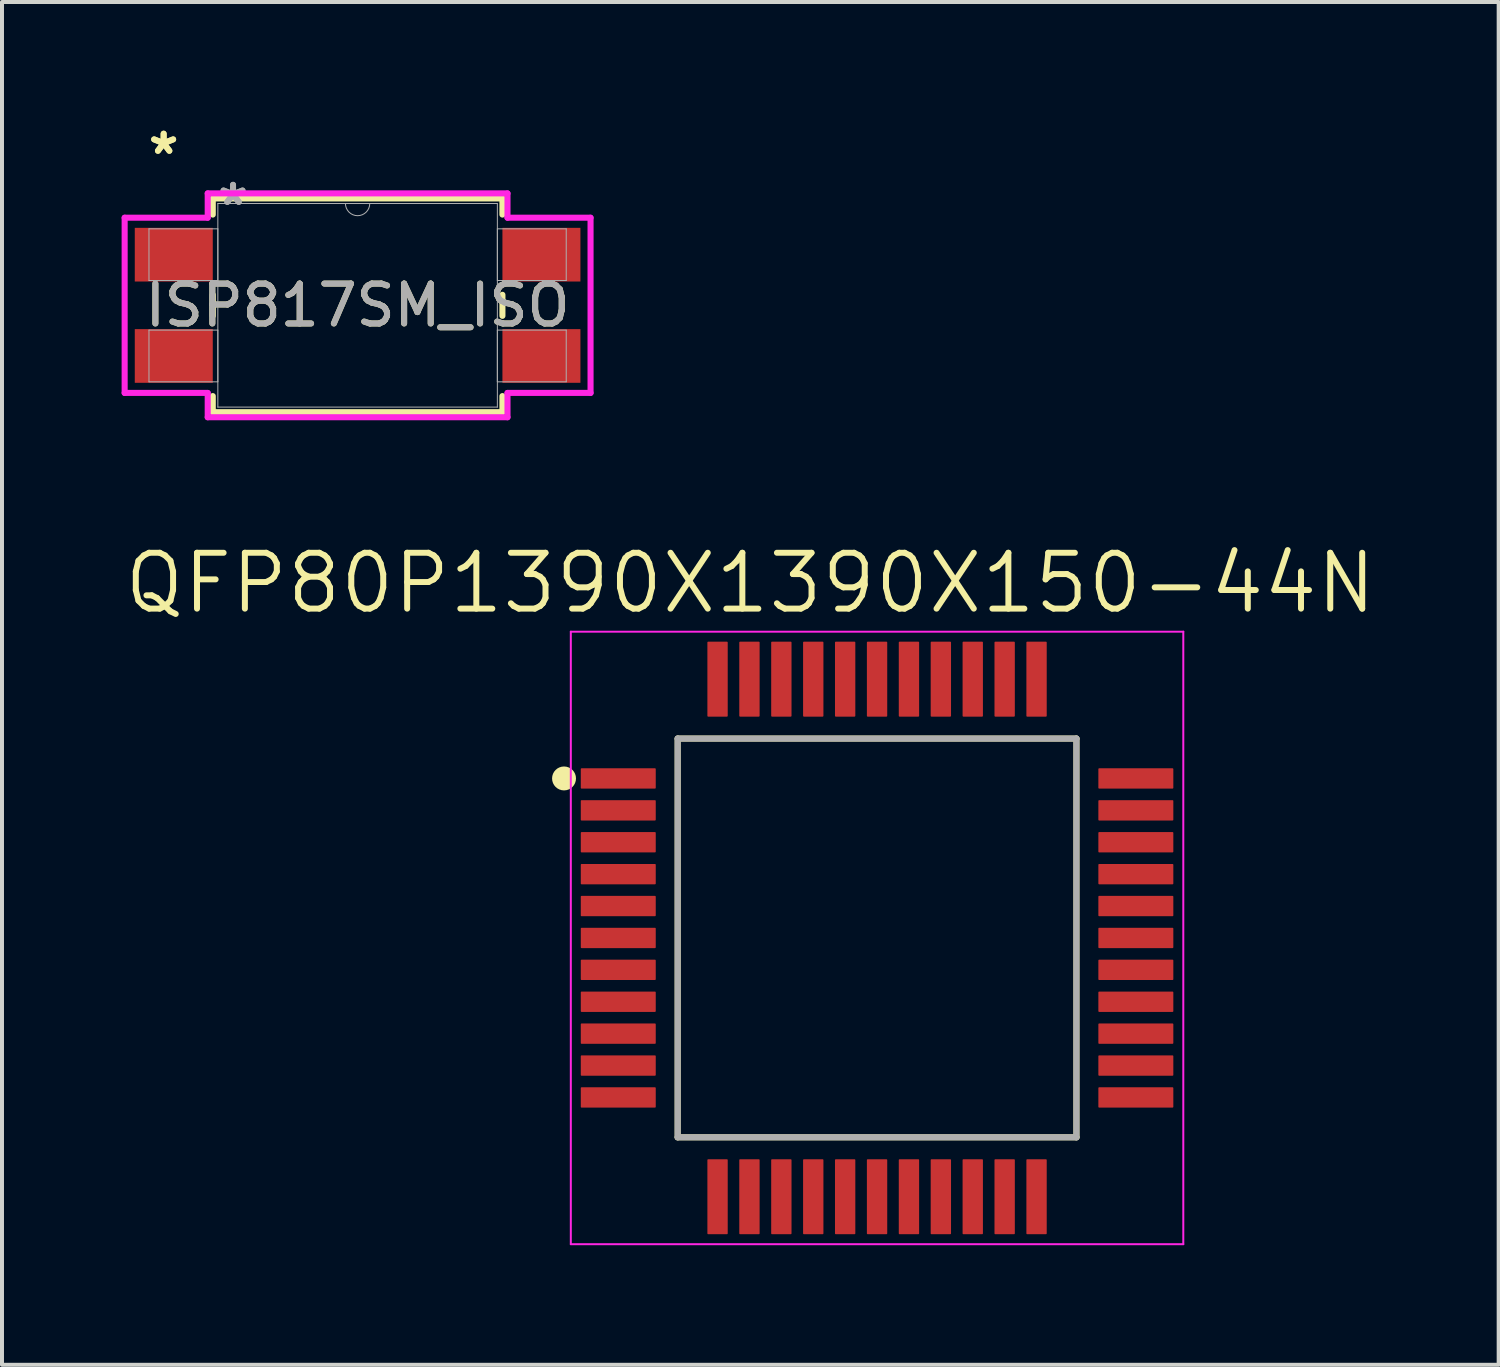
<source format=kicad_pcb>
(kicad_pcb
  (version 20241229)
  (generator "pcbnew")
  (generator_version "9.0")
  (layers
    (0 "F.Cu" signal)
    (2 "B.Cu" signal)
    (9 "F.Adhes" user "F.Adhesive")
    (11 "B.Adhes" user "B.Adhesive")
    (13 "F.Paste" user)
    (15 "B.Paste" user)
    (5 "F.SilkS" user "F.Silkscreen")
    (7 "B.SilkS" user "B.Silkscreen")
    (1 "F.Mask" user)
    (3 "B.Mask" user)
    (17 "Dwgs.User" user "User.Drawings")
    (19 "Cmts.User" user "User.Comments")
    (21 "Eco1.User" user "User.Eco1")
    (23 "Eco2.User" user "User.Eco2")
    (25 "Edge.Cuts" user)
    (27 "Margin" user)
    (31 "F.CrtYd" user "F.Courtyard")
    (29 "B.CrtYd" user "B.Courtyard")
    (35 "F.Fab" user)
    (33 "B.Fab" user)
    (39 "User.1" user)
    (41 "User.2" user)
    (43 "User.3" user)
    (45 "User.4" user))
  (footprint "QFP80P1390X1390X150-44N"
    (layer "F.Cu")
    (at 18.945 20.472)
    (property "Reference" "QFP80P1390X1390X150-44N" (at -3.178 -8.899 0) (layer "F.SilkS") (effects (font (size 1.401 1.401) (thickness 0.15))))
    (attr smd)
    (fp_line (start -5 -5) (end 5 -5) (stroke (width 0.152) (type solid)) (layer "F.SilkS"))
    (fp_line (start -5 5) (end -5 -5) (stroke (width 0.152) (type solid)) (layer "F.SilkS"))
    (fp_line (start 5 -5) (end 5 5) (stroke (width 0.152) (type solid)) (layer "F.SilkS"))
    (fp_line (start 5 5) (end -5 5) (stroke (width 0.152) (type solid)) (layer "F.SilkS"))
    (fp_circle (center -7.85 -4) (end -7.7 -4) (stroke (width 0.3) (type solid)) (fill no) (layer "F.SilkS"))
    (fp_line (start -7.68 -7.68) (end 7.68 -7.68) (stroke (width 0.05) (type solid)) (layer "F.CrtYd"))
    (fp_line (start -7.68 7.68) (end -7.68 -7.68) (stroke (width 0.05) (type solid)) (layer "F.CrtYd"))
    (fp_line (start 7.68 -7.68) (end 7.68 7.68) (stroke (width 0.05) (type solid)) (layer "F.CrtYd"))
    (fp_line (start 7.68 7.68) (end -7.68 7.68) (stroke (width 0.05) (type solid)) (layer "F.CrtYd"))
    (fp_line (start -5 -5) (end 5 -5) (stroke (width 0.152) (type solid)) (layer "F.Fab"))
    (fp_line (start -5 5) (end -5 -5) (stroke (width 0.152) (type solid)) (layer "F.Fab"))
    (fp_line (start 5 -5) (end 5 5) (stroke (width 0.152) (type solid)) (layer "F.Fab"))
    (fp_line (start 5 5) (end -5 5) (stroke (width 0.152) (type solid)) (layer "F.Fab"))
    (pad "1" smd roundrect (at -6.49 -4) (size 1.88 0.51) (layers "F.Cu" "F.Mask" "F.Paste") (roundrect_rratio 0.04))
    (pad "2" smd roundrect (at -6.49 -3.2) (size 1.88 0.51) (layers "F.Cu" "F.Mask" "F.Paste") (roundrect_rratio 0.04))
    (pad "3" smd roundrect (at -6.49 -2.4) (size 1.88 0.51) (layers "F.Cu" "F.Mask" "F.Paste") (roundrect_rratio 0.04))
    (pad "4" smd roundrect (at -6.49 -1.6) (size 1.88 0.51) (layers "F.Cu" "F.Mask" "F.Paste") (roundrect_rratio 0.04))
    (pad "5" smd roundrect (at -6.49 -0.8) (size 1.88 0.51) (layers "F.Cu" "F.Mask" "F.Paste") (roundrect_rratio 0.04))
    (pad "6" smd roundrect (at -6.49 0) (size 1.88 0.51) (layers "F.Cu" "F.Mask" "F.Paste") (roundrect_rratio 0.04))
    (pad "7" smd roundrect (at -6.49 0.8) (size 1.88 0.51) (layers "F.Cu" "F.Mask" "F.Paste") (roundrect_rratio 0.04))
    (pad "8" smd roundrect (at -6.49 1.6) (size 1.88 0.51) (layers "F.Cu" "F.Mask" "F.Paste") (roundrect_rratio 0.04))
    (pad "9" smd roundrect (at -6.49 2.4) (size 1.88 0.51) (layers "F.Cu" "F.Mask" "F.Paste") (roundrect_rratio 0.04))
    (pad "10" smd roundrect (at -6.49 3.2) (size 1.88 0.51) (layers "F.Cu" "F.Mask" "F.Paste") (roundrect_rratio 0.04))
    (pad "11" smd roundrect (at -6.49 4) (size 1.88 0.51) (layers "F.Cu" "F.Mask" "F.Paste") (roundrect_rratio 0.04))
    (pad "12" smd roundrect (at -4 6.49 90) (size 1.88 0.51) (layers "F.Cu" "F.Mask" "F.Paste") (roundrect_rratio 0.04))
    (pad "13" smd roundrect (at -3.2 6.49 90) (size 1.88 0.51) (layers "F.Cu" "F.Mask" "F.Paste") (roundrect_rratio 0.04))
    (pad "14" smd roundrect (at -2.4 6.49 90) (size 1.88 0.51) (layers "F.Cu" "F.Mask" "F.Paste") (roundrect_rratio 0.04))
    (pad "15" smd roundrect (at -1.6 6.49 90) (size 1.88 0.51) (layers "F.Cu" "F.Mask" "F.Paste") (roundrect_rratio 0.04))
    (pad "16" smd roundrect (at -0.8 6.49 90) (size 1.88 0.51) (layers "F.Cu" "F.Mask" "F.Paste") (roundrect_rratio 0.04))
    (pad "17" smd roundrect (at 0 6.49 90) (size 1.88 0.51) (layers "F.Cu" "F.Mask" "F.Paste") (roundrect_rratio 0.04))
    (pad "18" smd roundrect (at 0.8 6.49 90) (size 1.88 0.51) (layers "F.Cu" "F.Mask" "F.Paste") (roundrect_rratio 0.04))
    (pad "19" smd roundrect (at 1.6 6.49 90) (size 1.88 0.51) (layers "F.Cu" "F.Mask" "F.Paste") (roundrect_rratio 0.04))
    (pad "20" smd roundrect (at 2.4 6.49 90) (size 1.88 0.51) (layers "F.Cu" "F.Mask" "F.Paste") (roundrect_rratio 0.04))
    (pad "21" smd roundrect (at 3.2 6.49 90) (size 1.88 0.51) (layers "F.Cu" "F.Mask" "F.Paste") (roundrect_rratio 0.04))
    (pad "22" smd roundrect (at 4 6.49 90) (size 1.88 0.51) (layers "F.Cu" "F.Mask" "F.Paste") (roundrect_rratio 0.04))
    (pad "23" smd roundrect (at 6.49 4) (size 1.88 0.51) (layers "F.Cu" "F.Mask" "F.Paste") (roundrect_rratio 0.04))
    (pad "24" smd roundrect (at 6.49 3.2) (size 1.88 0.51) (layers "F.Cu" "F.Mask" "F.Paste") (roundrect_rratio 0.04))
    (pad "25" smd roundrect (at 6.49 2.4) (size 1.88 0.51) (layers "F.Cu" "F.Mask" "F.Paste") (roundrect_rratio 0.04))
    (pad "26" smd roundrect (at 6.49 1.6) (size 1.88 0.51) (layers "F.Cu" "F.Mask" "F.Paste") (roundrect_rratio 0.04))
    (pad "27" smd roundrect (at 6.49 0.8) (size 1.88 0.51) (layers "F.Cu" "F.Mask" "F.Paste") (roundrect_rratio 0.04))
    (pad "28" smd roundrect (at 6.49 0) (size 1.88 0.51) (layers "F.Cu" "F.Mask" "F.Paste") (roundrect_rratio 0.04))
    (pad "29" smd roundrect (at 6.49 -0.8) (size 1.88 0.51) (layers "F.Cu" "F.Mask" "F.Paste") (roundrect_rratio 0.04))
    (pad "30" smd roundrect (at 6.49 -1.6) (size 1.88 0.51) (layers "F.Cu" "F.Mask" "F.Paste") (roundrect_rratio 0.04))
    (pad "31" smd roundrect (at 6.49 -2.4) (size 1.88 0.51) (layers "F.Cu" "F.Mask" "F.Paste") (roundrect_rratio 0.04))
    (pad "32" smd roundrect (at 6.49 -3.2) (size 1.88 0.51) (layers "F.Cu" "F.Mask" "F.Paste") (roundrect_rratio 0.04))
    (pad "33" smd roundrect (at 6.49 -4) (size 1.88 0.51) (layers "F.Cu" "F.Mask" "F.Paste") (roundrect_rratio 0.04))
    (pad "34" smd roundrect (at 4 -6.49 90) (size 1.88 0.51) (layers "F.Cu" "F.Mask" "F.Paste") (roundrect_rratio 0.04))
    (pad "35" smd roundrect (at 3.2 -6.49 90) (size 1.88 0.51) (layers "F.Cu" "F.Mask" "F.Paste") (roundrect_rratio 0.04))
    (pad "36" smd roundrect (at 2.4 -6.49 90) (size 1.88 0.51) (layers "F.Cu" "F.Mask" "F.Paste") (roundrect_rratio 0.04))
    (pad "37" smd roundrect (at 1.6 -6.49 90) (size 1.88 0.51) (layers "F.Cu" "F.Mask" "F.Paste") (roundrect_rratio 0.04))
    (pad "38" smd roundrect (at 0.8 -6.49 90) (size 1.88 0.51) (layers "F.Cu" "F.Mask" "F.Paste") (roundrect_rratio 0.04))
    (pad "39" smd roundrect (at 0 -6.49 90) (size 1.88 0.51) (layers "F.Cu" "F.Mask" "F.Paste") (roundrect_rratio 0.04))
    (pad "40" smd roundrect (at -0.8 -6.49 90) (size 1.88 0.51) (layers "F.Cu" "F.Mask" "F.Paste") (roundrect_rratio 0.04))
    (pad "41" smd roundrect (at -1.6 -6.49 90) (size 1.88 0.51) (layers "F.Cu" "F.Mask" "F.Paste") (roundrect_rratio 0.04))
    (pad "42" smd roundrect (at -2.4 -6.49 90) (size 1.88 0.51) (layers "F.Cu" "F.Mask" "F.Paste") (roundrect_rratio 0.04))
    (pad "43" smd roundrect (at -3.2 -6.49 90) (size 1.88 0.51) (layers "F.Cu" "F.Mask" "F.Paste") (roundrect_rratio 0.04))
    (pad "44" smd roundrect (at -4 -6.49 90) (size 1.88 0.51) (layers "F.Cu" "F.Mask" "F.Paste") (roundrect_rratio 0.04)))
  (footprint "ISP817SM_ISO"
    (layer "F.Cu")
    (at 5.918 4.607)
    (property "Reference" "ISP817SM_ISO" (at 0 0 0) (unlocked yes) (layer "F.SilkS") (effects (font (size 1 1) (thickness 0.15))))
    (attr smd)
    (fp_line (start -3.632 -2.68) (end -3.632 -2.276) (stroke (width 0.152) (type solid)) (layer "F.SilkS"))
    (fp_line (start -3.632 -0.264) (end -3.632 0.264) (stroke (width 0.152) (type solid)) (layer "F.SilkS"))
    (fp_line (start -3.632 2.276) (end -3.632 2.68) (stroke (width 0.152) (type solid)) (layer "F.SilkS"))
    (fp_line (start -3.632 2.68) (end 3.632 2.68) (stroke (width 0.152) (type solid)) (layer "F.SilkS"))
    (fp_line (start 3.632 -2.68) (end -3.632 -2.68) (stroke (width 0.152) (type solid)) (layer "F.SilkS"))
    (fp_line (start 3.632 -2.276) (end 3.632 -2.68) (stroke (width 0.152) (type solid)) (layer "F.SilkS"))
    (fp_line (start 3.632 0.264) (end 3.632 -0.264) (stroke (width 0.152) (type solid)) (layer "F.SilkS"))
    (fp_line (start 3.632 2.68) (end 3.632 2.276) (stroke (width 0.152) (type solid)) (layer "F.SilkS"))
    (fp_line (start -5.842 -2.197) (end -3.759 -2.197) (stroke (width 0.152) (type solid)) (layer "F.CrtYd"))
    (fp_line (start -5.842 2.197) (end -5.842 -2.197) (stroke (width 0.152) (type solid)) (layer "F.CrtYd"))
    (fp_line (start -5.842 2.197) (end -3.759 2.197) (stroke (width 0.152) (type solid)) (layer "F.CrtYd"))
    (fp_line (start -3.759 -2.807) (end 3.759 -2.807) (stroke (width 0.152) (type solid)) (layer "F.CrtYd"))
    (fp_line (start -3.759 -2.197) (end -3.759 -2.807) (stroke (width 0.152) (type solid)) (layer "F.CrtYd"))
    (fp_line (start -3.759 2.807) (end -3.759 2.197) (stroke (width 0.152) (type solid)) (layer "F.CrtYd"))
    (fp_line (start 3.759 -2.807) (end 3.759 -2.197) (stroke (width 0.152) (type solid)) (layer "F.CrtYd"))
    (fp_line (start 3.759 2.197) (end 3.759 2.807) (stroke (width 0.152) (type solid)) (layer "F.CrtYd"))
    (fp_line (start 3.759 2.807) (end -3.759 2.807) (stroke (width 0.152) (type solid)) (layer "F.CrtYd"))
    (fp_line (start 5.842 -2.197) (end 3.759 -2.197) (stroke (width 0.152) (type solid)) (layer "F.CrtYd"))
    (fp_line (start 5.842 -2.197) (end 5.842 2.197) (stroke (width 0.152) (type solid)) (layer "F.CrtYd"))
    (fp_line (start 5.842 2.197) (end 3.759 2.197) (stroke (width 0.152) (type solid)) (layer "F.CrtYd"))
    (fp_line (start -5.232 -1.918) (end -5.232 -0.622) (stroke (width 0.025) (type solid)) (layer "F.Fab"))
    (fp_line (start -5.232 -0.622) (end -3.505 -0.622) (stroke (width 0.025) (type solid)) (layer "F.Fab"))
    (fp_line (start -5.232 0.622) (end -5.232 1.918) (stroke (width 0.025) (type solid)) (layer "F.Fab"))
    (fp_line (start -5.232 1.918) (end -3.505 1.918) (stroke (width 0.025) (type solid)) (layer "F.Fab"))
    (fp_line (start -3.505 -2.553) (end -3.505 2.553) (stroke (width 0.025) (type solid)) (layer "F.Fab"))
    (fp_line (start -3.505 -1.918) (end -5.232 -1.918) (stroke (width 0.025) (type solid)) (layer "F.Fab"))
    (fp_line (start -3.505 -0.622) (end -3.505 -1.918) (stroke (width 0.025) (type solid)) (layer "F.Fab"))
    (fp_line (start -3.505 0.622) (end -5.232 0.622) (stroke (width 0.025) (type solid)) (layer "F.Fab"))
    (fp_line (start -3.505 1.918) (end -3.505 0.622) (stroke (width 0.025) (type solid)) (layer "F.Fab"))
    (fp_line (start -3.505 2.553) (end 3.505 2.553) (stroke (width 0.025) (type solid)) (layer "F.Fab"))
    (fp_line (start 3.505 -2.553) (end -3.505 -2.553) (stroke (width 0.025) (type solid)) (layer "F.Fab"))
    (fp_line (start 3.505 -1.918) (end 3.505 -0.622) (stroke (width 0.025) (type solid)) (layer "F.Fab"))
    (fp_line (start 3.505 -0.622) (end 5.232 -0.622) (stroke (width 0.025) (type solid)) (layer "F.Fab"))
    (fp_line (start 3.505 0.622) (end 3.505 1.918) (stroke (width 0.025) (type solid)) (layer "F.Fab"))
    (fp_line (start 3.505 1.918) (end 5.232 1.918) (stroke (width 0.025) (type solid)) (layer "F.Fab"))
    (fp_line (start 3.505 2.553) (end 3.505 -2.553) (stroke (width 0.025) (type solid)) (layer "F.Fab"))
    (fp_line (start 5.232 -1.918) (end 3.505 -1.918) (stroke (width 0.025) (type solid)) (layer "F.Fab"))
    (fp_line (start 5.232 -0.622) (end 5.232 -1.918) (stroke (width 0.025) (type solid)) (layer "F.Fab"))
    (fp_line (start 5.232 0.622) (end 3.505 0.622) (stroke (width 0.025) (type solid)) (layer "F.Fab"))
    (fp_line (start 5.232 1.918) (end 5.232 0.622) (stroke (width 0.025) (type solid)) (layer "F.Fab"))
    (fp_arc (start 0.3048 -2.5527) (mid 0 -2.2479) (end -0.3048 -2.5527) (stroke (width 0.0254) (type solid)) (layer "F.Fab"))
    (fp_text user "*" (at -4.864 -3.759 0) (unlocked yes) (layer "F.SilkS") (effects (font (size 1 1) (thickness 0.15))))
    (fp_text user "*" (at -4.864 -3.759 0) (layer "F.SilkS") (effects (font (size 1 1) (thickness 0.15))))
    (fp_text user "${REFERENCE}" (at 0 0 0) (unlocked yes) (layer "F.Fab") (effects (font (size 1 1) (thickness 0.15))))
    (fp_text user "*" (at -3.124 -2.477 0) (unlocked yes) (layer "F.Fab") (effects (font (size 1 1) (thickness 0.15))))
    (fp_text user "*" (at -3.124 -2.477 0) (layer "F.Fab") (effects (font (size 1 1) (thickness 0.15))))
    (pad "1" smd rect (at -4.61 -1.27) (size 1.956 1.346) (layers "F.Cu" "F.Mask" "F.Paste"))
    (pad "2" smd rect (at -4.61 1.27) (size 1.956 1.346) (layers "F.Cu" "F.Mask" "F.Paste"))
    (pad "3" smd rect (at 4.61 1.27) (size 1.956 1.346) (layers "F.Cu" "F.Mask" "F.Paste"))
    (pad "4" smd rect (at 4.61 -1.27) (size 1.956 1.346) (layers "F.Cu" "F.Mask" "F.Paste")))
  (gr_rect
    (start -3 -3)
    (end 34.534 31.177)
    (stroke (width 0.1) (type default))
    (fill no)
    (layer "Edge.Cuts")))
</source>
